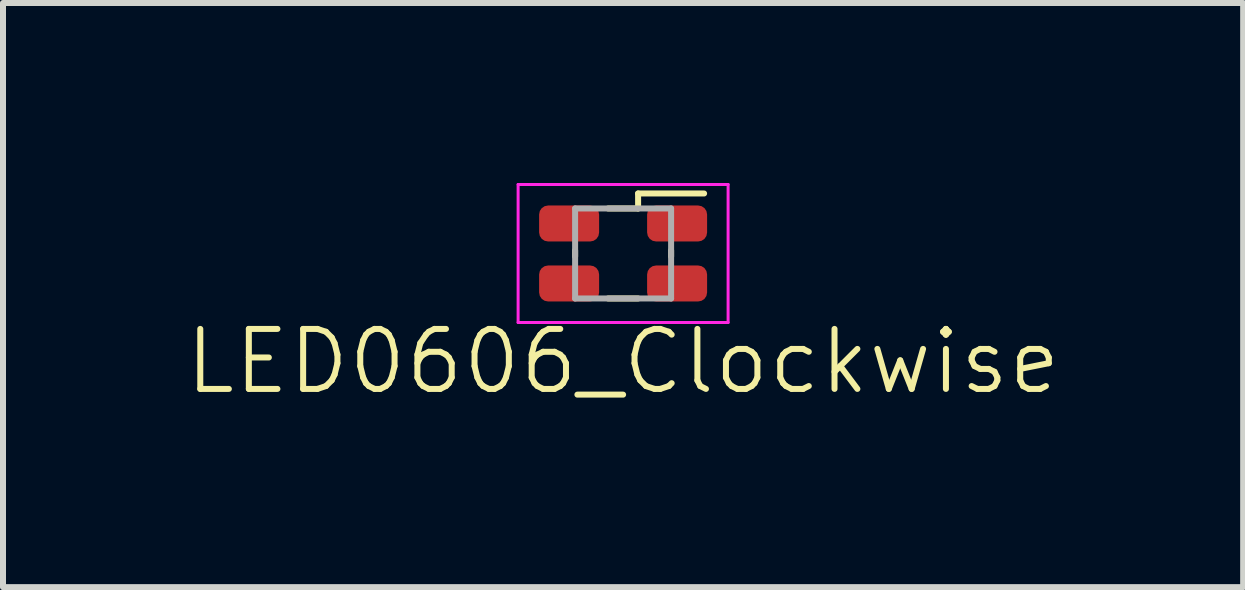
<source format=kicad_pcb>
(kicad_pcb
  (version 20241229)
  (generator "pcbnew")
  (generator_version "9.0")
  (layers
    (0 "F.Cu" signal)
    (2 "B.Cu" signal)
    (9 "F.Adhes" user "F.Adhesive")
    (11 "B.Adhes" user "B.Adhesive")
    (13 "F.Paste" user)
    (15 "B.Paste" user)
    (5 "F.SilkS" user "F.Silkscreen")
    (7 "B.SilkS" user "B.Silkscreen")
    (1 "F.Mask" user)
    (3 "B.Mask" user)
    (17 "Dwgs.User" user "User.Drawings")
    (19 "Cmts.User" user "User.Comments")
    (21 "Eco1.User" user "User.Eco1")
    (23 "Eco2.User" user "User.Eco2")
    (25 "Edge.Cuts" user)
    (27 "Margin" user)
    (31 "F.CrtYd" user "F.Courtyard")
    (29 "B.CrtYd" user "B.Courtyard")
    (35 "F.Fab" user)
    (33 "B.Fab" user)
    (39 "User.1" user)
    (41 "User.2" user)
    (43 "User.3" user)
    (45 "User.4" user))
  (footprint "LED0606_Clockwise"
    (layer "F.Cu")
    (at 7.336 1.175)
    (property "Reference" "LED0606_Clockwise" (at 0 1.8 0) (layer "F.SilkS") (effects (font (size 1 1) (thickness 0.1))))
    (attr smd)
    (fp_line (start -0.8 -0.05) (end -0.8 0.05) (stroke (width 0.1) (type solid)) (layer "F.SilkS"))
    (fp_line (start -0.25 -0.75) (end 0.25 -0.75) (stroke (width 0.1) (type solid)) (layer "F.SilkS"))
    (fp_line (start -0.25 0.75) (end 0.25 0.75) (stroke (width 0.1) (type solid)) (layer "F.SilkS"))
    (fp_line (start 0.25 -1) (end 1.35 -1) (stroke (width 0.1) (type solid)) (layer "F.SilkS"))
    (fp_line (start 0.25 -0.75) (end 0.25 -1) (stroke (width 0.1) (type solid)) (layer "F.SilkS"))
    (fp_line (start 0.8 -0.05) (end 0.8 0.05) (stroke (width 0.1) (type solid)) (layer "F.SilkS"))
    (fp_line (start -1.75 -1.15) (end -1.75 1.15) (stroke (width 0.05) (type solid)) (layer "F.CrtYd"))
    (fp_line (start -1.75 1.15) (end 1.75 1.15) (stroke (width 0.05) (type solid)) (layer "F.CrtYd"))
    (fp_line (start 1.75 -1.15) (end -1.75 -1.15) (stroke (width 0.05) (type solid)) (layer "F.CrtYd"))
    (fp_line (start 1.75 1.15) (end 1.75 -1.15) (stroke (width 0.05) (type solid)) (layer "F.CrtYd"))
    (fp_line (start -0.8 -0.75) (end 0.8 -0.75) (stroke (width 0.1) (type solid)) (layer "F.Fab"))
    (fp_line (start -0.8 0.75) (end -0.8 -0.75) (stroke (width 0.1) (type solid)) (layer "F.Fab"))
    (fp_line (start 0.8 -0.75) (end 0.8 0.75) (stroke (width 0.1) (type solid)) (layer "F.Fab"))
    (fp_line (start 0.8 0.75) (end -0.8 0.75) (stroke (width 0.1) (type solid)) (layer "F.Fab"))
    (pad "1" smd roundrect (at 0.9 -0.5) (size 1 0.6) (layers "F.Cu" "F.Mask" "F.Paste") (roundrect_rratio 0.25))
    (pad "2" smd roundrect (at -0.9 -0.5) (size 1 0.6) (layers "F.Cu" "F.Mask" "F.Paste") (roundrect_rratio 0.25))
    (pad "3" smd roundrect (at -0.9 0.5) (size 1 0.6) (layers "F.Cu" "F.Mask" "F.Paste") (roundrect_rratio 0.25))
    (pad "4" smd roundrect (at 0.9 0.5) (size 1 0.6) (layers "F.Cu" "F.Mask" "F.Paste") (roundrect_rratio 0.25)))
  (gr_rect
    (start -3 -3)
    (end 17.671 6.736)
    (stroke (width 0.1) (type default))
    (fill no)
    (layer "Edge.Cuts")))
</source>
